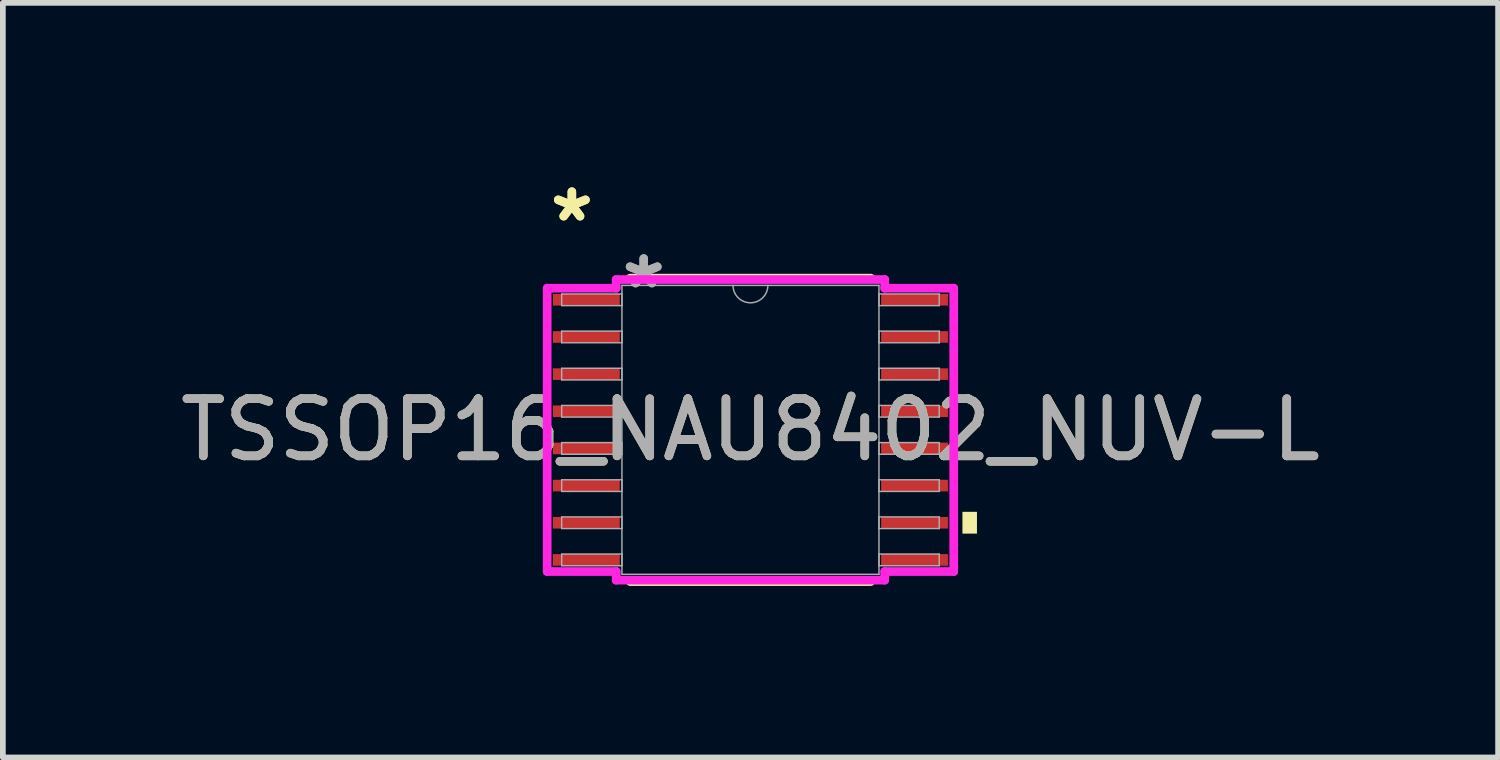
<source format=kicad_pcb>
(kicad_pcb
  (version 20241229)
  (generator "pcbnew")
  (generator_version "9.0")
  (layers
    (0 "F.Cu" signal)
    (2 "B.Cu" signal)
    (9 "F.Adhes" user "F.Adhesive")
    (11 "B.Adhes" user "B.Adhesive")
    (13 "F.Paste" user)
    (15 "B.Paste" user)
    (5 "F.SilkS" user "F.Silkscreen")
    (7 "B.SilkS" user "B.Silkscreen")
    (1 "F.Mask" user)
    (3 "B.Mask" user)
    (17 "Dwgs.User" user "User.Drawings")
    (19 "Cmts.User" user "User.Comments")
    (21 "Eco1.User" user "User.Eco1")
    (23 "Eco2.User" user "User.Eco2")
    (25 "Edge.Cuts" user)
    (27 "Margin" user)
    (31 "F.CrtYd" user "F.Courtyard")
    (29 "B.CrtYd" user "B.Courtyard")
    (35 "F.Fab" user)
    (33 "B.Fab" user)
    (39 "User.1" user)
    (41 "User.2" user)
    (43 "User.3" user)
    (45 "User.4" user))
  (footprint "TSSOP16_NAU8402_NUV-L"
    (layer "F.Cu")
    (at 10.077 4.469)
    (property "Reference" "TSSOP16_NAU8402_NUV-L" (at 0 0 0) (unlocked yes) (layer "F.SilkS") (effects (font (size 1 1) (thickness 0.15))))
    (attr smd)
    (fp_line (start -2.103 2.654) (end 2.103 2.654) (stroke (width 0.152) (type solid)) (layer "F.SilkS"))
    (fp_line (start 2.103 -2.654) (end -2.103 -2.654) (stroke (width 0.152) (type solid)) (layer "F.SilkS"))
    (fp_poly (pts (xy 3.962 1.434) (xy 3.962 1.815) (xy 3.708 1.815) (xy 3.708 1.434)) (stroke (width 0) (type solid)) (fill yes) (layer "F.SilkS"))
    (fp_line (start -3.556 -2.478) (end -2.349 -2.478) (stroke (width 0.152) (type solid)) (layer "F.CrtYd"))
    (fp_line (start -3.556 2.478) (end -3.556 -2.478) (stroke (width 0.152) (type solid)) (layer "F.CrtYd"))
    (fp_line (start -3.556 2.478) (end -2.349 2.478) (stroke (width 0.152) (type solid)) (layer "F.CrtYd"))
    (fp_line (start -2.349 -2.629) (end 2.349 -2.629) (stroke (width 0.152) (type solid)) (layer "F.CrtYd"))
    (fp_line (start -2.349 -2.478) (end -2.349 -2.629) (stroke (width 0.152) (type solid)) (layer "F.CrtYd"))
    (fp_line (start -2.349 2.629) (end -2.349 2.478) (stroke (width 0.152) (type solid)) (layer "F.CrtYd"))
    (fp_line (start 2.349 -2.629) (end 2.349 -2.478) (stroke (width 0.152) (type solid)) (layer "F.CrtYd"))
    (fp_line (start 2.349 2.478) (end 2.349 2.629) (stroke (width 0.152) (type solid)) (layer "F.CrtYd"))
    (fp_line (start 2.349 2.629) (end -2.349 2.629) (stroke (width 0.152) (type solid)) (layer "F.CrtYd"))
    (fp_line (start 3.556 -2.478) (end 2.349 -2.478) (stroke (width 0.152) (type solid)) (layer "F.CrtYd"))
    (fp_line (start 3.556 -2.478) (end 3.556 2.478) (stroke (width 0.152) (type solid)) (layer "F.CrtYd"))
    (fp_line (start 3.556 2.478) (end 2.349 2.478) (stroke (width 0.152) (type solid)) (layer "F.CrtYd"))
    (fp_line (start -3.302 -2.377) (end -3.302 -2.173) (stroke (width 0.025) (type solid)) (layer "F.Fab"))
    (fp_line (start -3.302 -2.173) (end -2.248 -2.173) (stroke (width 0.025) (type solid)) (layer "F.Fab"))
    (fp_line (start -3.302 -1.727) (end -3.302 -1.523) (stroke (width 0.025) (type solid)) (layer "F.Fab"))
    (fp_line (start -3.302 -1.523) (end -2.248 -1.523) (stroke (width 0.025) (type solid)) (layer "F.Fab"))
    (fp_line (start -3.302 -1.077) (end -3.302 -0.873) (stroke (width 0.025) (type solid)) (layer "F.Fab"))
    (fp_line (start -3.302 -0.873) (end -2.248 -0.873) (stroke (width 0.025) (type solid)) (layer "F.Fab"))
    (fp_line (start -3.302 -0.427) (end -3.302 -0.223) (stroke (width 0.025) (type solid)) (layer "F.Fab"))
    (fp_line (start -3.302 -0.223) (end -2.248 -0.223) (stroke (width 0.025) (type solid)) (layer "F.Fab"))
    (fp_line (start -3.302 0.223) (end -3.302 0.427) (stroke (width 0.025) (type solid)) (layer "F.Fab"))
    (fp_line (start -3.302 0.427) (end -2.248 0.427) (stroke (width 0.025) (type solid)) (layer "F.Fab"))
    (fp_line (start -3.302 0.873) (end -3.302 1.077) (stroke (width 0.025) (type solid)) (layer "F.Fab"))
    (fp_line (start -3.302 1.077) (end -2.248 1.077) (stroke (width 0.025) (type solid)) (layer "F.Fab"))
    (fp_line (start -3.302 1.523) (end -3.302 1.727) (stroke (width 0.025) (type solid)) (layer "F.Fab"))
    (fp_line (start -3.302 1.727) (end -2.248 1.727) (stroke (width 0.025) (type solid)) (layer "F.Fab"))
    (fp_line (start -3.302 2.173) (end -3.302 2.377) (stroke (width 0.025) (type solid)) (layer "F.Fab"))
    (fp_line (start -3.302 2.377) (end -2.248 2.377) (stroke (width 0.025) (type solid)) (layer "F.Fab"))
    (fp_line (start -2.248 -2.527) (end -2.248 2.527) (stroke (width 0.025) (type solid)) (layer "F.Fab"))
    (fp_line (start -2.248 -2.377) (end -3.302 -2.377) (stroke (width 0.025) (type solid)) (layer "F.Fab"))
    (fp_line (start -2.248 -2.173) (end -2.248 -2.377) (stroke (width 0.025) (type solid)) (layer "F.Fab"))
    (fp_line (start -2.248 -1.727) (end -3.302 -1.727) (stroke (width 0.025) (type solid)) (layer "F.Fab"))
    (fp_line (start -2.248 -1.523) (end -2.248 -1.727) (stroke (width 0.025) (type solid)) (layer "F.Fab"))
    (fp_line (start -2.248 -1.077) (end -3.302 -1.077) (stroke (width 0.025) (type solid)) (layer "F.Fab"))
    (fp_line (start -2.248 -0.873) (end -2.248 -1.077) (stroke (width 0.025) (type solid)) (layer "F.Fab"))
    (fp_line (start -2.248 -0.427) (end -3.302 -0.427) (stroke (width 0.025) (type solid)) (layer "F.Fab"))
    (fp_line (start -2.248 -0.223) (end -2.248 -0.427) (stroke (width 0.025) (type solid)) (layer "F.Fab"))
    (fp_line (start -2.248 0.223) (end -3.302 0.223) (stroke (width 0.025) (type solid)) (layer "F.Fab"))
    (fp_line (start -2.248 0.427) (end -2.248 0.223) (stroke (width 0.025) (type solid)) (layer "F.Fab"))
    (fp_line (start -2.248 0.873) (end -3.302 0.873) (stroke (width 0.025) (type solid)) (layer "F.Fab"))
    (fp_line (start -2.248 1.077) (end -2.248 0.873) (stroke (width 0.025) (type solid)) (layer "F.Fab"))
    (fp_line (start -2.248 1.523) (end -3.302 1.523) (stroke (width 0.025) (type solid)) (layer "F.Fab"))
    (fp_line (start -2.248 1.727) (end -2.248 1.523) (stroke (width 0.025) (type solid)) (layer "F.Fab"))
    (fp_line (start -2.248 2.173) (end -3.302 2.173) (stroke (width 0.025) (type solid)) (layer "F.Fab"))
    (fp_line (start -2.248 2.377) (end -2.248 2.173) (stroke (width 0.025) (type solid)) (layer "F.Fab"))
    (fp_line (start -2.248 2.527) (end 2.248 2.527) (stroke (width 0.025) (type solid)) (layer "F.Fab"))
    (fp_line (start 2.248 -2.527) (end -2.248 -2.527) (stroke (width 0.025) (type solid)) (layer "F.Fab"))
    (fp_line (start 2.248 -2.377) (end 2.248 -2.173) (stroke (width 0.025) (type solid)) (layer "F.Fab"))
    (fp_line (start 2.248 -2.173) (end 3.302 -2.173) (stroke (width 0.025) (type solid)) (layer "F.Fab"))
    (fp_line (start 2.248 -1.727) (end 2.248 -1.523) (stroke (width 0.025) (type solid)) (layer "F.Fab"))
    (fp_line (start 2.248 -1.523) (end 3.302 -1.523) (stroke (width 0.025) (type solid)) (layer "F.Fab"))
    (fp_line (start 2.248 -1.077) (end 2.248 -0.873) (stroke (width 0.025) (type solid)) (layer "F.Fab"))
    (fp_line (start 2.248 -0.873) (end 3.302 -0.873) (stroke (width 0.025) (type solid)) (layer "F.Fab"))
    (fp_line (start 2.248 -0.427) (end 2.248 -0.223) (stroke (width 0.025) (type solid)) (layer "F.Fab"))
    (fp_line (start 2.248 -0.223) (end 3.302 -0.223) (stroke (width 0.025) (type solid)) (layer "F.Fab"))
    (fp_line (start 2.248 0.223) (end 2.248 0.427) (stroke (width 0.025) (type solid)) (layer "F.Fab"))
    (fp_line (start 2.248 0.427) (end 3.302 0.427) (stroke (width 0.025) (type solid)) (layer "F.Fab"))
    (fp_line (start 2.248 0.873) (end 2.248 1.077) (stroke (width 0.025) (type solid)) (layer "F.Fab"))
    (fp_line (start 2.248 1.077) (end 3.302 1.077) (stroke (width 0.025) (type solid)) (layer "F.Fab"))
    (fp_line (start 2.248 1.523) (end 2.248 1.727) (stroke (width 0.025) (type solid)) (layer "F.Fab"))
    (fp_line (start 2.248 1.727) (end 3.302 1.727) (stroke (width 0.025) (type solid)) (layer "F.Fab"))
    (fp_line (start 2.248 2.173) (end 2.248 2.377) (stroke (width 0.025) (type solid)) (layer "F.Fab"))
    (fp_line (start 2.248 2.377) (end 3.302 2.377) (stroke (width 0.025) (type solid)) (layer "F.Fab"))
    (fp_line (start 2.248 2.527) (end 2.248 -2.527) (stroke (width 0.025) (type solid)) (layer "F.Fab"))
    (fp_line (start 3.302 -2.377) (end 2.248 -2.377) (stroke (width 0.025) (type solid)) (layer "F.Fab"))
    (fp_line (start 3.302 -2.173) (end 3.302 -2.377) (stroke (width 0.025) (type solid)) (layer "F.Fab"))
    (fp_line (start 3.302 -1.727) (end 2.248 -1.727) (stroke (width 0.025) (type solid)) (layer "F.Fab"))
    (fp_line (start 3.302 -1.523) (end 3.302 -1.727) (stroke (width 0.025) (type solid)) (layer "F.Fab"))
    (fp_line (start 3.302 -1.077) (end 2.248 -1.077) (stroke (width 0.025) (type solid)) (layer "F.Fab"))
    (fp_line (start 3.302 -0.873) (end 3.302 -1.077) (stroke (width 0.025) (type solid)) (layer "F.Fab"))
    (fp_line (start 3.302 -0.427) (end 2.248 -0.427) (stroke (width 0.025) (type solid)) (layer "F.Fab"))
    (fp_line (start 3.302 -0.223) (end 3.302 -0.427) (stroke (width 0.025) (type solid)) (layer "F.Fab"))
    (fp_line (start 3.302 0.223) (end 2.248 0.223) (stroke (width 0.025) (type solid)) (layer "F.Fab"))
    (fp_line (start 3.302 0.427) (end 3.302 0.223) (stroke (width 0.025) (type solid)) (layer "F.Fab"))
    (fp_line (start 3.302 0.873) (end 2.248 0.873) (stroke (width 0.025) (type solid)) (layer "F.Fab"))
    (fp_line (start 3.302 1.077) (end 3.302 0.873) (stroke (width 0.025) (type solid)) (layer "F.Fab"))
    (fp_line (start 3.302 1.523) (end 2.248 1.523) (stroke (width 0.025) (type solid)) (layer "F.Fab"))
    (fp_line (start 3.302 1.727) (end 3.302 1.523) (stroke (width 0.025) (type solid)) (layer "F.Fab"))
    (fp_line (start 3.302 2.173) (end 2.248 2.173) (stroke (width 0.025) (type solid)) (layer "F.Fab"))
    (fp_line (start 3.302 2.377) (end 3.302 2.173) (stroke (width 0.025) (type solid)) (layer "F.Fab"))
    (fp_arc (start 0.3048 -2.5273) (mid 0 -2.2225) (end -0.3048 -2.5273) (stroke (width 0.0254) (type solid)) (layer "F.Fab"))
    (fp_text user "*" (at -3.124 -3.621 0) (unlocked yes) (layer "F.SilkS") (effects (font (size 1 1) (thickness 0.15))))
    (fp_text user "*" (at -3.124 -3.621 0) (layer "F.SilkS") (effects (font (size 1 1) (thickness 0.15))))
    (fp_text user "*" (at -1.867 -2.451 0) (layer "F.Fab") (effects (font (size 1 1) (thickness 0.15))))
    (fp_text user "*" (at -1.867 -2.451 0) (unlocked yes) (layer "F.Fab") (effects (font (size 1 1) (thickness 0.15))))
    (fp_text user "${REFERENCE}" (at 0 0 0) (unlocked yes) (layer "F.Fab") (effects (font (size 1 1) (thickness 0.15))))
    (pad "1" smd rect (at -2.87 -2.275) (size 1.168 0.203) (layers "F.Cu" "F.Mask" "F.Paste"))
    (pad "2" smd rect (at -2.87 -1.625) (size 1.168 0.203) (layers "F.Cu" "F.Mask" "F.Paste"))
    (pad "3" smd rect (at -2.87 -0.975) (size 1.168 0.203) (layers "F.Cu" "F.Mask" "F.Paste"))
    (pad "4" smd rect (at -2.87 -0.325) (size 1.168 0.203) (layers "F.Cu" "F.Mask" "F.Paste"))
    (pad "5" smd rect (at -2.87 0.325) (size 1.168 0.203) (layers "F.Cu" "F.Mask" "F.Paste"))
    (pad "6" smd rect (at -2.87 0.975) (size 1.168 0.203) (layers "F.Cu" "F.Mask" "F.Paste"))
    (pad "7" smd rect (at -2.87 1.625) (size 1.168 0.203) (layers "F.Cu" "F.Mask" "F.Paste"))
    (pad "8" smd rect (at -2.87 2.275) (size 1.168 0.203) (layers "F.Cu" "F.Mask" "F.Paste"))
    (pad "9" smd rect (at 2.87 2.275) (size 1.168 0.203) (layers "F.Cu" "F.Mask" "F.Paste"))
    (pad "10" smd rect (at 2.87 1.625) (size 1.168 0.203) (layers "F.Cu" "F.Mask" "F.Paste"))
    (pad "11" smd rect (at 2.87 0.975) (size 1.168 0.203) (layers "F.Cu" "F.Mask" "F.Paste"))
    (pad "12" smd rect (at 2.87 0.325) (size 1.168 0.203) (layers "F.Cu" "F.Mask" "F.Paste"))
    (pad "13" smd rect (at 2.87 -0.325) (size 1.168 0.203) (layers "F.Cu" "F.Mask" "F.Paste"))
    (pad "14" smd rect (at 2.87 -0.975) (size 1.168 0.203) (layers "F.Cu" "F.Mask" "F.Paste"))
    (pad "15" smd rect (at 2.87 -1.625) (size 1.168 0.203) (layers "F.Cu" "F.Mask" "F.Paste"))
    (pad "16" smd rect (at 2.87 -2.275) (size 1.168 0.203) (layers "F.Cu" "F.Mask" "F.Paste")))
  (gr_rect
    (start -3 -3)
    (end 23.155 10.2)
    (stroke (width 0.1) (type default))
    (fill no)
    (layer "Edge.Cuts")))
</source>
